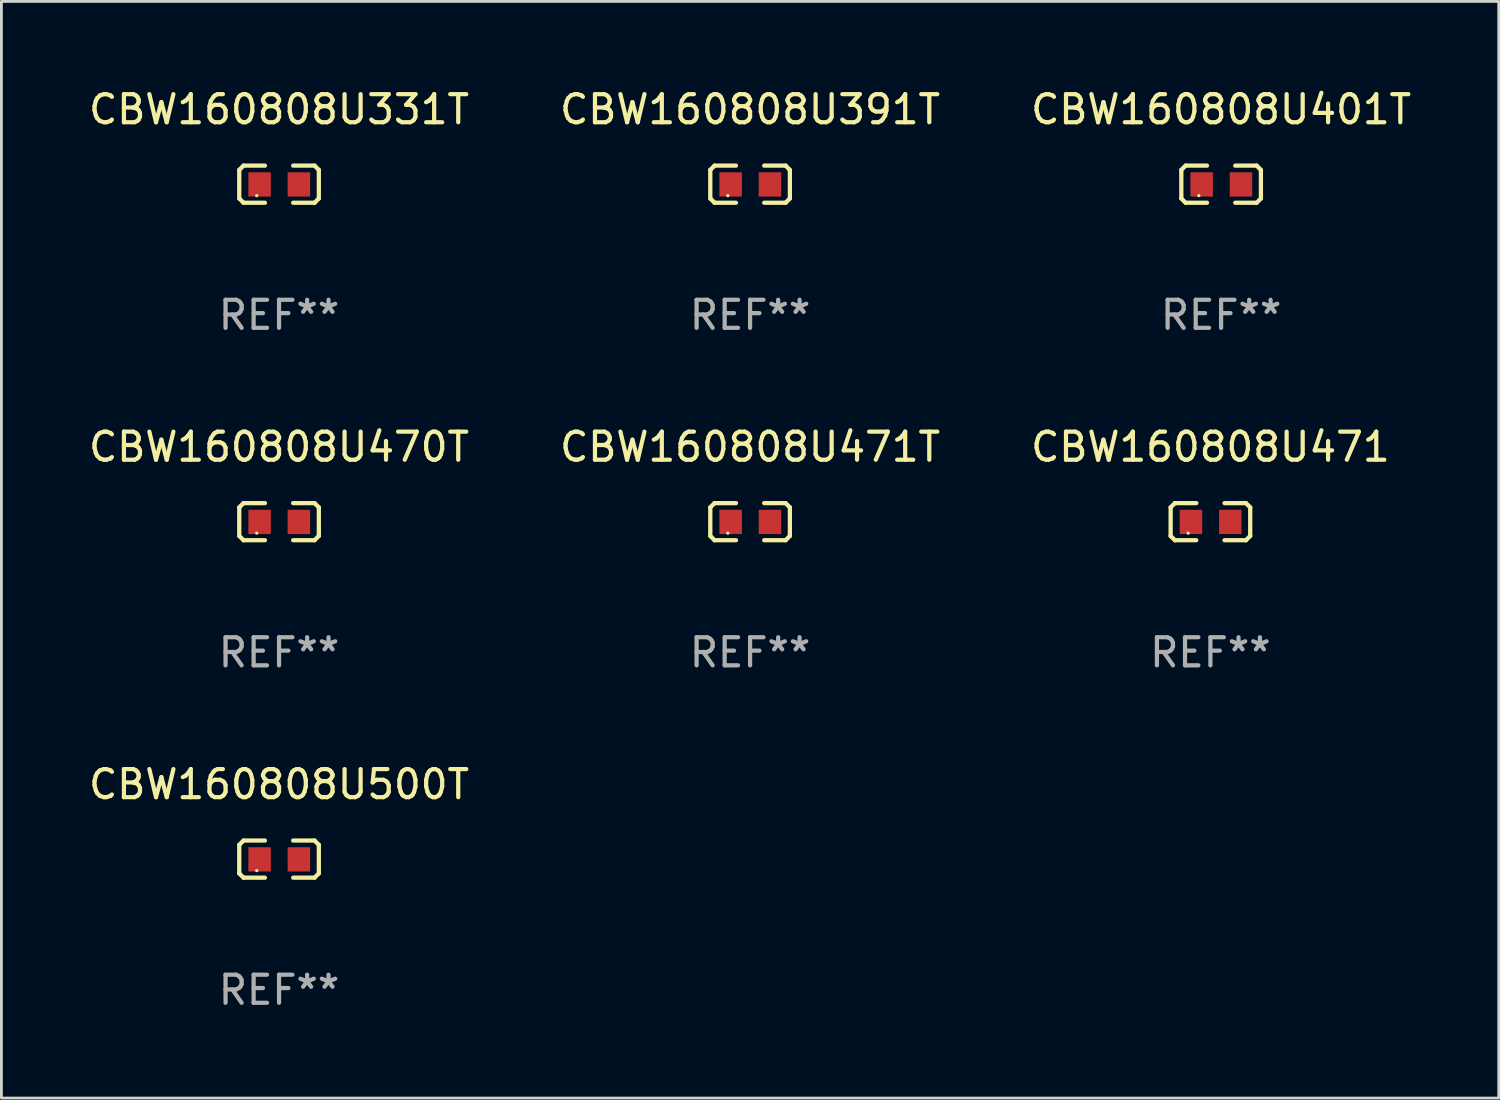
<source format=kicad_pcb>
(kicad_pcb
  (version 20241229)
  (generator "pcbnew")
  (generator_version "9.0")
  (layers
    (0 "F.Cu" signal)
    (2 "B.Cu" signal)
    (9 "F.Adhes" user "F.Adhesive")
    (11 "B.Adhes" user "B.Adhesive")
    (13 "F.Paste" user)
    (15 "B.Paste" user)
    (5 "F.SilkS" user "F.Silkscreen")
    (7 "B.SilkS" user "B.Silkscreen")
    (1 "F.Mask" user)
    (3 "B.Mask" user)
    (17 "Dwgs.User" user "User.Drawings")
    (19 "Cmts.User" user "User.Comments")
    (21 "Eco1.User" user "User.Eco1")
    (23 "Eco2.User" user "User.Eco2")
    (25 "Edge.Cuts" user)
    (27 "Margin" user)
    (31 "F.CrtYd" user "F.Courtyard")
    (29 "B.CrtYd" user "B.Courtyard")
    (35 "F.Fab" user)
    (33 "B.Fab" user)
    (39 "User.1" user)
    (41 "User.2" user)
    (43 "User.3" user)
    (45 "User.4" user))
  (footprint "CBW160808U500T"
    (layer "F.Cu")
    (at 6.887 27.544)
    (property "Reference" "CBW160808U500T" (at 0 -2.661 0) (layer "F.SilkS") (effects (font (size 1 1) (thickness 0.15))))
    (attr through_hole)
    (fp_line (start -1.417 -0.508) (end -1.265 -0.661) (stroke (width 0.152) (type solid)) (layer "F.SilkS"))
    (fp_line (start -1.417 0.508) (end -1.417 -0.508) (stroke (width 0.152) (type solid)) (layer "F.SilkS"))
    (fp_line (start -1.265 -0.661) (end -0.503 -0.661) (stroke (width 0.152) (type solid)) (layer "F.SilkS"))
    (fp_line (start -1.265 0.661) (end -1.417 0.508) (stroke (width 0.152) (type solid)) (layer "F.SilkS"))
    (fp_line (start -1.265 0.661) (end -0.503 0.661) (stroke (width 0.152) (type solid)) (layer "F.SilkS"))
    (fp_line (start 1.265 -0.661) (end 0.503 -0.661) (stroke (width 0.152) (type solid)) (layer "F.SilkS"))
    (fp_line (start 1.265 -0.661) (end 1.417 -0.508) (stroke (width 0.152) (type solid)) (layer "F.SilkS"))
    (fp_line (start 1.265 0.661) (end 0.503 0.661) (stroke (width 0.152) (type solid)) (layer "F.SilkS"))
    (fp_line (start 1.417 -0.508) (end 1.417 0.508) (stroke (width 0.152) (type solid)) (layer "F.SilkS"))
    (fp_line (start 1.417 0.508) (end 1.265 0.661) (stroke (width 0.152) (type solid)) (layer "F.SilkS"))
    (fp_circle (center -0.793 0.409) (end -0.763 0.409) (stroke (width 0.06) (type solid)) (fill no) (layer "F.SilkS"))
    (fp_text user "REF**" (at 0 4.661 0) (layer "F.Fab") (effects (font (size 1 1) (thickness 0.15))))
    (pad "1" smd rect (at -0.693 0.009 180) (size 0.8 0.864) (layers "F.Cu" "F.Mask" "F.Paste"))
    (pad "2" smd rect (at 0.707 0.009 180) (size 0.8 0.864) (layers "F.Cu" "F.Mask" "F.Paste")))
  (footprint "CBW160808U471T"
    (layer "F.Cu")
    (at 23.661 15.527)
    (property "Reference" "CBW160808U471T" (at 0 -2.661 0) (layer "F.SilkS") (effects (font (size 1 1) (thickness 0.15))))
    (attr through_hole)
    (fp_line (start -1.417 -0.508) (end -1.265 -0.661) (stroke (width 0.152) (type solid)) (layer "F.SilkS"))
    (fp_line (start -1.417 0.508) (end -1.417 -0.508) (stroke (width 0.152) (type solid)) (layer "F.SilkS"))
    (fp_line (start -1.265 -0.661) (end -0.503 -0.661) (stroke (width 0.152) (type solid)) (layer "F.SilkS"))
    (fp_line (start -1.265 0.661) (end -1.417 0.508) (stroke (width 0.152) (type solid)) (layer "F.SilkS"))
    (fp_line (start -1.265 0.661) (end -0.503 0.661) (stroke (width 0.152) (type solid)) (layer "F.SilkS"))
    (fp_line (start 1.265 -0.661) (end 0.503 -0.661) (stroke (width 0.152) (type solid)) (layer "F.SilkS"))
    (fp_line (start 1.265 -0.661) (end 1.417 -0.508) (stroke (width 0.152) (type solid)) (layer "F.SilkS"))
    (fp_line (start 1.265 0.661) (end 0.503 0.661) (stroke (width 0.152) (type solid)) (layer "F.SilkS"))
    (fp_line (start 1.417 -0.508) (end 1.417 0.508) (stroke (width 0.152) (type solid)) (layer "F.SilkS"))
    (fp_line (start 1.417 0.508) (end 1.265 0.661) (stroke (width 0.152) (type solid)) (layer "F.SilkS"))
    (fp_circle (center -0.793 0.409) (end -0.763 0.409) (stroke (width 0.06) (type solid)) (fill no) (layer "F.SilkS"))
    (fp_text user "REF**" (at 0 4.661 0) (layer "F.Fab") (effects (font (size 1 1) (thickness 0.15))))
    (pad "1" smd rect (at -0.693 0.009 180) (size 0.8 0.864) (layers "F.Cu" "F.Mask" "F.Paste"))
    (pad "2" smd rect (at 0.707 0.009 180) (size 0.8 0.864) (layers "F.Cu" "F.Mask" "F.Paste")))
  (footprint "CBW160808U401T"
    (layer "F.Cu")
    (at 40.435 3.509)
    (property "Reference" "CBW160808U401T" (at 0 -2.661 0) (layer "F.SilkS") (effects (font (size 1 1) (thickness 0.15))))
    (attr through_hole)
    (fp_line (start -1.417 -0.508) (end -1.265 -0.661) (stroke (width 0.152) (type solid)) (layer "F.SilkS"))
    (fp_line (start -1.417 0.508) (end -1.417 -0.508) (stroke (width 0.152) (type solid)) (layer "F.SilkS"))
    (fp_line (start -1.265 -0.661) (end -0.503 -0.661) (stroke (width 0.152) (type solid)) (layer "F.SilkS"))
    (fp_line (start -1.265 0.661) (end -1.417 0.508) (stroke (width 0.152) (type solid)) (layer "F.SilkS"))
    (fp_line (start -1.265 0.661) (end -0.503 0.661) (stroke (width 0.152) (type solid)) (layer "F.SilkS"))
    (fp_line (start 1.265 -0.661) (end 0.503 -0.661) (stroke (width 0.152) (type solid)) (layer "F.SilkS"))
    (fp_line (start 1.265 -0.661) (end 1.417 -0.508) (stroke (width 0.152) (type solid)) (layer "F.SilkS"))
    (fp_line (start 1.265 0.661) (end 0.503 0.661) (stroke (width 0.152) (type solid)) (layer "F.SilkS"))
    (fp_line (start 1.417 -0.508) (end 1.417 0.508) (stroke (width 0.152) (type solid)) (layer "F.SilkS"))
    (fp_line (start 1.417 0.508) (end 1.265 0.661) (stroke (width 0.152) (type solid)) (layer "F.SilkS"))
    (fp_circle (center -0.793 0.409) (end -0.763 0.409) (stroke (width 0.06) (type solid)) (fill no) (layer "F.SilkS"))
    (fp_text user "REF**" (at 0 4.661 0) (layer "F.Fab") (effects (font (size 1 1) (thickness 0.15))))
    (pad "1" smd rect (at -0.693 0.009 180) (size 0.8 0.864) (layers "F.Cu" "F.Mask" "F.Paste"))
    (pad "2" smd rect (at 0.707 0.009 180) (size 0.8 0.864) (layers "F.Cu" "F.Mask" "F.Paste")))
  (footprint "CBW160808U331T"
    (layer "F.Cu")
    (at 6.887 3.509)
    (property "Reference" "CBW160808U331T" (at 0 -2.661 0) (layer "F.SilkS") (effects (font (size 1 1) (thickness 0.15))))
    (attr through_hole)
    (fp_line (start -1.417 -0.508) (end -1.265 -0.661) (stroke (width 0.152) (type solid)) (layer "F.SilkS"))
    (fp_line (start -1.417 0.508) (end -1.417 -0.508) (stroke (width 0.152) (type solid)) (layer "F.SilkS"))
    (fp_line (start -1.265 -0.661) (end -0.503 -0.661) (stroke (width 0.152) (type solid)) (layer "F.SilkS"))
    (fp_line (start -1.265 0.661) (end -1.417 0.508) (stroke (width 0.152) (type solid)) (layer "F.SilkS"))
    (fp_line (start -1.265 0.661) (end -0.503 0.661) (stroke (width 0.152) (type solid)) (layer "F.SilkS"))
    (fp_line (start 1.265 -0.661) (end 0.503 -0.661) (stroke (width 0.152) (type solid)) (layer "F.SilkS"))
    (fp_line (start 1.265 -0.661) (end 1.417 -0.508) (stroke (width 0.152) (type solid)) (layer "F.SilkS"))
    (fp_line (start 1.265 0.661) (end 0.503 0.661) (stroke (width 0.152) (type solid)) (layer "F.SilkS"))
    (fp_line (start 1.417 -0.508) (end 1.417 0.508) (stroke (width 0.152) (type solid)) (layer "F.SilkS"))
    (fp_line (start 1.417 0.508) (end 1.265 0.661) (stroke (width 0.152) (type solid)) (layer "F.SilkS"))
    (fp_circle (center -0.793 0.409) (end -0.763 0.409) (stroke (width 0.06) (type solid)) (fill no) (layer "F.SilkS"))
    (fp_text user "REF**" (at 0 4.661 0) (layer "F.Fab") (effects (font (size 1 1) (thickness 0.15))))
    (pad "1" smd rect (at -0.693 0.009 180) (size 0.8 0.864) (layers "F.Cu" "F.Mask" "F.Paste"))
    (pad "2" smd rect (at 0.707 0.009 180) (size 0.8 0.864) (layers "F.Cu" "F.Mask" "F.Paste")))
  (footprint "CBW160808U391T"
    (layer "F.Cu")
    (at 23.661 3.509)
    (property "Reference" "CBW160808U391T" (at 0 -2.661 0) (layer "F.SilkS") (effects (font (size 1 1) (thickness 0.15))))
    (attr through_hole)
    (fp_line (start -1.417 -0.508) (end -1.265 -0.661) (stroke (width 0.152) (type solid)) (layer "F.SilkS"))
    (fp_line (start -1.417 0.508) (end -1.417 -0.508) (stroke (width 0.152) (type solid)) (layer "F.SilkS"))
    (fp_line (start -1.265 -0.661) (end -0.503 -0.661) (stroke (width 0.152) (type solid)) (layer "F.SilkS"))
    (fp_line (start -1.265 0.661) (end -1.417 0.508) (stroke (width 0.152) (type solid)) (layer "F.SilkS"))
    (fp_line (start -1.265 0.661) (end -0.503 0.661) (stroke (width 0.152) (type solid)) (layer "F.SilkS"))
    (fp_line (start 1.265 -0.661) (end 0.503 -0.661) (stroke (width 0.152) (type solid)) (layer "F.SilkS"))
    (fp_line (start 1.265 -0.661) (end 1.417 -0.508) (stroke (width 0.152) (type solid)) (layer "F.SilkS"))
    (fp_line (start 1.265 0.661) (end 0.503 0.661) (stroke (width 0.152) (type solid)) (layer "F.SilkS"))
    (fp_line (start 1.417 -0.508) (end 1.417 0.508) (stroke (width 0.152) (type solid)) (layer "F.SilkS"))
    (fp_line (start 1.417 0.508) (end 1.265 0.661) (stroke (width 0.152) (type solid)) (layer "F.SilkS"))
    (fp_circle (center -0.793 0.409) (end -0.763 0.409) (stroke (width 0.06) (type solid)) (fill no) (layer "F.SilkS"))
    (fp_text user "REF**" (at 0 4.661 0) (layer "F.Fab") (effects (font (size 1 1) (thickness 0.15))))
    (pad "1" smd rect (at -0.693 0.009 180) (size 0.8 0.864) (layers "F.Cu" "F.Mask" "F.Paste"))
    (pad "2" smd rect (at 0.707 0.009 180) (size 0.8 0.864) (layers "F.Cu" "F.Mask" "F.Paste")))
  (footprint "CBW160808U470T"
    (layer "F.Cu")
    (at 6.887 15.527)
    (property "Reference" "CBW160808U470T" (at 0 -2.661 0) (layer "F.SilkS") (effects (font (size 1 1) (thickness 0.15))))
    (attr through_hole)
    (fp_line (start -1.417 -0.508) (end -1.265 -0.661) (stroke (width 0.152) (type solid)) (layer "F.SilkS"))
    (fp_line (start -1.417 0.508) (end -1.417 -0.508) (stroke (width 0.152) (type solid)) (layer "F.SilkS"))
    (fp_line (start -1.265 -0.661) (end -0.503 -0.661) (stroke (width 0.152) (type solid)) (layer "F.SilkS"))
    (fp_line (start -1.265 0.661) (end -1.417 0.508) (stroke (width 0.152) (type solid)) (layer "F.SilkS"))
    (fp_line (start -1.265 0.661) (end -0.503 0.661) (stroke (width 0.152) (type solid)) (layer "F.SilkS"))
    (fp_line (start 1.265 -0.661) (end 0.503 -0.661) (stroke (width 0.152) (type solid)) (layer "F.SilkS"))
    (fp_line (start 1.265 -0.661) (end 1.417 -0.508) (stroke (width 0.152) (type solid)) (layer "F.SilkS"))
    (fp_line (start 1.265 0.661) (end 0.503 0.661) (stroke (width 0.152) (type solid)) (layer "F.SilkS"))
    (fp_line (start 1.417 -0.508) (end 1.417 0.508) (stroke (width 0.152) (type solid)) (layer "F.SilkS"))
    (fp_line (start 1.417 0.508) (end 1.265 0.661) (stroke (width 0.152) (type solid)) (layer "F.SilkS"))
    (fp_circle (center -0.793 0.409) (end -0.763 0.409) (stroke (width 0.06) (type solid)) (fill no) (layer "F.SilkS"))
    (fp_text user "REF**" (at 0 4.661 0) (layer "F.Fab") (effects (font (size 1 1) (thickness 0.15))))
    (pad "1" smd rect (at -0.693 0.009 180) (size 0.8 0.864) (layers "F.Cu" "F.Mask" "F.Paste"))
    (pad "2" smd rect (at 0.707 0.009 180) (size 0.8 0.864) (layers "F.Cu" "F.Mask" "F.Paste")))
  (footprint "CBW160808U471"
    (layer "F.Cu")
    (at 40.054 15.527)
    (property "Reference" "CBW160808U471" (at 0 -2.661 0) (layer "F.SilkS") (effects (font (size 1 1) (thickness 0.15))))
    (attr through_hole)
    (fp_line (start -1.417 -0.508) (end -1.265 -0.661) (stroke (width 0.152) (type solid)) (layer "F.SilkS"))
    (fp_line (start -1.417 0.508) (end -1.417 -0.508) (stroke (width 0.152) (type solid)) (layer "F.SilkS"))
    (fp_line (start -1.265 -0.661) (end -0.503 -0.661) (stroke (width 0.152) (type solid)) (layer "F.SilkS"))
    (fp_line (start -1.265 0.661) (end -1.417 0.508) (stroke (width 0.152) (type solid)) (layer "F.SilkS"))
    (fp_line (start -1.265 0.661) (end -0.503 0.661) (stroke (width 0.152) (type solid)) (layer "F.SilkS"))
    (fp_line (start 1.265 -0.661) (end 0.503 -0.661) (stroke (width 0.152) (type solid)) (layer "F.SilkS"))
    (fp_line (start 1.265 -0.661) (end 1.417 -0.508) (stroke (width 0.152) (type solid)) (layer "F.SilkS"))
    (fp_line (start 1.265 0.661) (end 0.503 0.661) (stroke (width 0.152) (type solid)) (layer "F.SilkS"))
    (fp_line (start 1.417 -0.508) (end 1.417 0.508) (stroke (width 0.152) (type solid)) (layer "F.SilkS"))
    (fp_line (start 1.417 0.508) (end 1.265 0.661) (stroke (width 0.152) (type solid)) (layer "F.SilkS"))
    (fp_circle (center -0.793 0.409) (end -0.763 0.409) (stroke (width 0.06) (type solid)) (fill no) (layer "F.SilkS"))
    (fp_text user "REF**" (at 0 4.661 0) (layer "F.Fab") (effects (font (size 1 1) (thickness 0.15))))
    (pad "1" smd rect (at -0.693 0.009 180) (size 0.8 0.864) (layers "F.Cu" "F.Mask" "F.Paste"))
    (pad "2" smd rect (at 0.707 0.009 180) (size 0.8 0.864) (layers "F.Cu" "F.Mask" "F.Paste")))
  (gr_rect
    (start -3 -3)
    (end 50.321 36.053)
    (stroke (width 0.1) (type default))
    (fill no)
    (layer "Edge.Cuts")))
</source>
